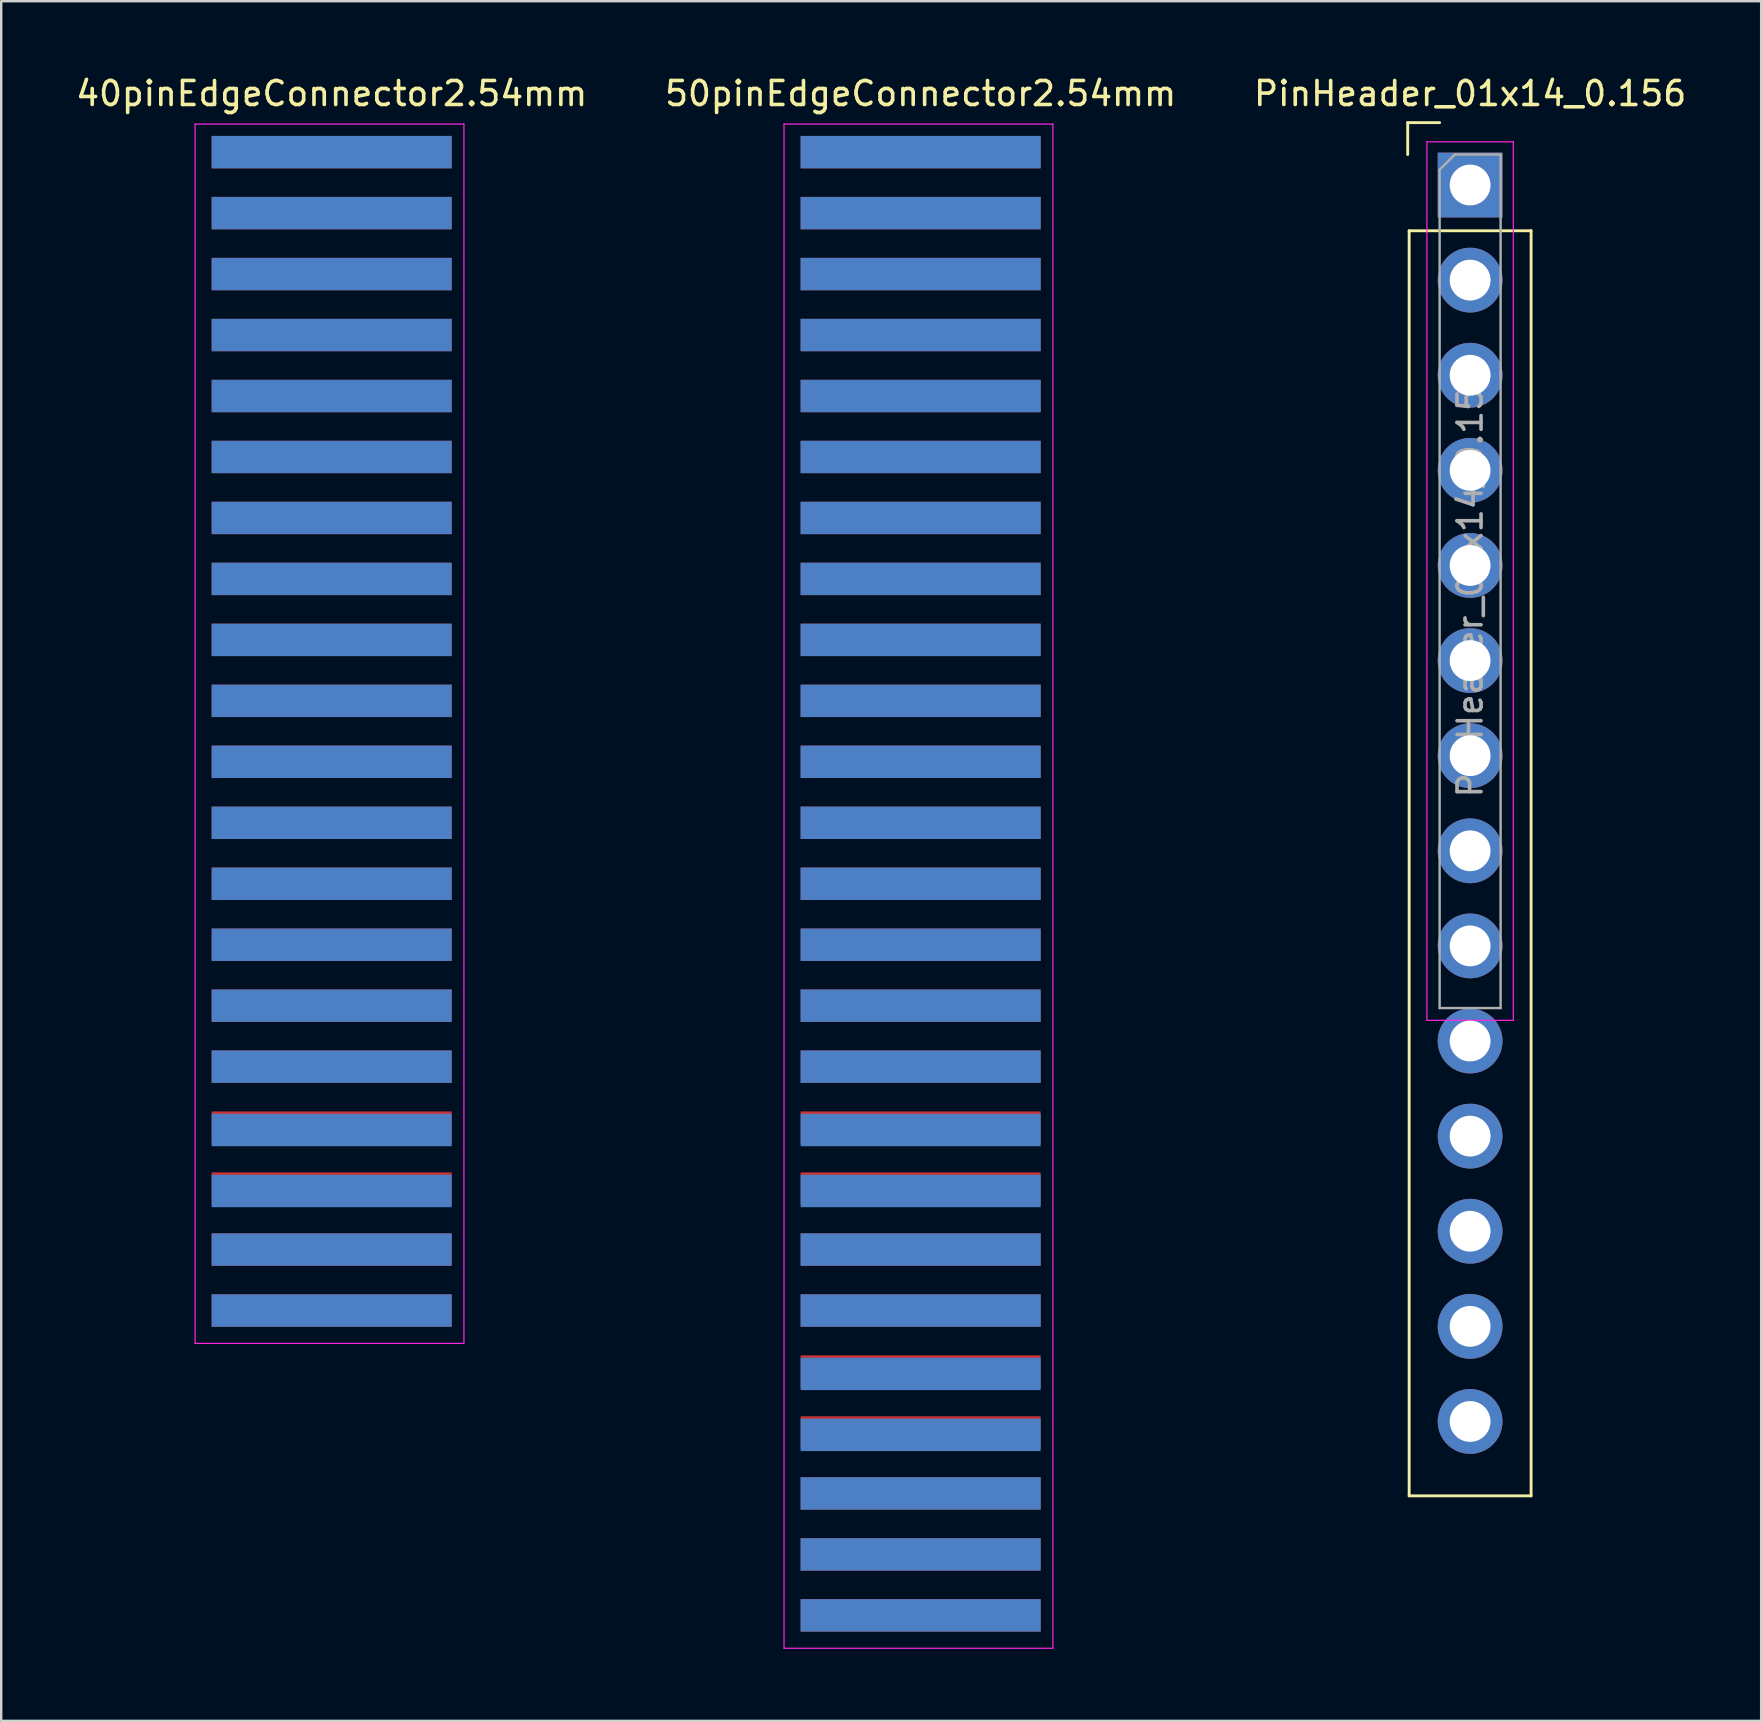
<source format=kicad_pcb>
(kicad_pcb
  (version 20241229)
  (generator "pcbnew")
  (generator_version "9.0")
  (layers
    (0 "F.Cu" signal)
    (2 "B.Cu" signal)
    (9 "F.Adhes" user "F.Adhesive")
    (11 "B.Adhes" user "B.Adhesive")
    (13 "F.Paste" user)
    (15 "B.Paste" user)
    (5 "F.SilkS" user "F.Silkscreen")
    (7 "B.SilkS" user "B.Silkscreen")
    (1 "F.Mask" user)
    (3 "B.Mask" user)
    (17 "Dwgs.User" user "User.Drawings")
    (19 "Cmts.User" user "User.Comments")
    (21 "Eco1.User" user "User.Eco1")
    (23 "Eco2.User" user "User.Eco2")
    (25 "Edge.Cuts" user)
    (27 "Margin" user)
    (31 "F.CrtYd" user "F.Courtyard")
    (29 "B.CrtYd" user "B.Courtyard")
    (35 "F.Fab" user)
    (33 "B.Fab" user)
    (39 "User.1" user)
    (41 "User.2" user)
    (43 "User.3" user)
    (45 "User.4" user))
  (footprint "50pinEdgeConnector2.54mm"
    (layer "F.Cu")
    (at 35.304 33.868)
    (property "Reference" "50pinEdgeConnector2.54mm" (at 0 -33.02 0) (layer "F.SilkS") (effects (font (size 1 1) (thickness 0.15))))
    (attr through_hole)
    (fp_line (start -5.691 -31.75) (end -5.691 31.75) (stroke (width 0.05) (type solid)) (layer "F.CrtYd"))
    (fp_line (start -5.691 31.75) (end 5.509 31.75) (stroke (width 0.05) (type solid)) (layer "F.CrtYd"))
    (fp_line (start 5.509 -31.75) (end -5.691 -31.75) (stroke (width 0.05) (type solid)) (layer "F.CrtYd"))
    (fp_line (start 5.509 31.75) (end 5.509 -31.75) (stroke (width 0.05) (type solid)) (layer "F.CrtYd"))
    (pad "1" connect rect (at 0 -30.58) (size 10 1.35) (layers "B.Cu" "B.Mask"))
    (pad "2" connect rect (at 0 -30.58) (size 10 1.35) (layers "F.Cu" "F.Mask"))
    (pad "3" connect rect (at 0 -28.04) (size 10 1.35) (layers "B.Cu" "B.Mask"))
    (pad "4" connect rect (at 0 -28.04) (size 10 1.35) (layers "F.Cu" "F.Mask"))
    (pad "5" connect rect (at 0 -25.5) (size 10 1.35) (layers "B.Cu" "B.Mask"))
    (pad "6" connect rect (at 0 -25.5) (size 10 1.35) (layers "F.Cu" "F.Mask"))
    (pad "7" connect rect (at 0 -22.96) (size 10 1.35) (layers "B.Cu" "B.Mask"))
    (pad "8" connect rect (at 0 -22.96) (size 10 1.35) (layers "F.Cu" "F.Mask"))
    (pad "9" connect rect (at 0 -20.42) (size 10 1.35) (layers "B.Cu" "B.Mask"))
    (pad "10" connect rect (at 0 -20.42) (size 10 1.35) (layers "F.Cu" "F.Mask"))
    (pad "11" connect rect (at 0 -17.88) (size 10 1.35) (layers "B.Cu" "B.Mask"))
    (pad "12" connect rect (at 0 -17.88) (size 10 1.35) (layers "F.Cu" "F.Mask"))
    (pad "13" connect rect (at 0 -15.34) (size 10 1.35) (layers "B.Cu" "B.Mask"))
    (pad "14" connect rect (at 0 -15.34) (size 10 1.35) (layers "F.Cu" "F.Mask"))
    (pad "15" connect rect (at 0 -12.8) (size 10 1.35) (layers "B.Cu" "B.Mask"))
    (pad "16" connect rect (at 0 -12.8) (size 10 1.35) (layers "F.Cu" "F.Mask"))
    (pad "17" connect rect (at 0 -10.26) (size 10 1.35) (layers "B.Cu" "B.Mask"))
    (pad "18" connect rect (at 0 -10.26 180) (size 10 1.35) (layers "F.Cu" "F.Mask"))
    (pad "19" connect rect (at 0 -7.72) (size 10 1.35) (layers "B.Cu" "B.Mask"))
    (pad "20" connect rect (at 0 -7.72) (size 10 1.35) (layers "F.Cu" "F.Mask"))
    (pad "21" connect rect (at 0 -5.18) (size 10 1.35) (layers "B.Cu" "B.Mask"))
    (pad "22" connect rect (at 0 -5.18) (size 10 1.35) (layers "F.Cu" "F.Mask"))
    (pad "23" connect rect (at 0 -2.64) (size 10 1.35) (layers "B.Cu" "B.Mask"))
    (pad "24" connect rect (at 0 -2.64) (size 10 1.35) (layers "F.Cu" "F.Mask"))
    (pad "25" connect rect (at 0 -0.1) (size 10 1.35) (layers "B.Cu" "B.Mask"))
    (pad "26" connect rect (at 0 -0.1) (size 10 1.35) (layers "F.Cu" "F.Mask"))
    (pad "27" connect rect (at 0 2.44) (size 10 1.35) (layers "B.Cu" "B.Mask"))
    (pad "28" connect rect (at 0 2.44) (size 10 1.35) (layers "F.Cu" "F.Mask"))
    (pad "29" connect rect (at 0 4.98) (size 10 1.35) (layers "B.Cu" "B.Mask"))
    (pad "30" connect rect (at 0 4.98) (size 10 1.35) (layers "F.Cu" "F.Mask"))
    (pad "31" connect rect (at 0 7.52) (size 10 1.35) (layers "B.Cu" "B.Mask"))
    (pad "32" connect rect (at 0 7.52) (size 10 1.35) (layers "F.Cu" "F.Mask"))
    (pad "33" connect rect (at 0 10.16) (size 10 1.35) (layers "B.Cu" "B.Mask"))
    (pad "34" connect rect (at 0 10.06) (size 10 1.35) (layers "F.Cu" "F.Mask"))
    (pad "35" connect rect (at 0 12.7) (size 10 1.35) (layers "B.Cu" "B.Mask"))
    (pad "36" connect rect (at 0 12.6) (size 10 1.35) (layers "F.Cu" "F.Mask"))
    (pad "37" connect rect (at 0 15.14) (size 10 1.35) (layers "B.Cu" "B.Mask"))
    (pad "38" connect rect (at 0 15.14) (size 10 1.35) (layers "F.Cu" "F.Mask"))
    (pad "39" connect rect (at 0 17.68) (size 10 1.35) (layers "B.Cu" "B.Mask"))
    (pad "40" connect rect (at 0 17.68) (size 10 1.35) (layers "F.Cu" "F.Mask"))
    (pad "41" connect rect (at 0 20.32) (size 10 1.35) (layers "B.Cu" "B.Mask"))
    (pad "42" connect rect (at 0 20.22) (size 10 1.35) (layers "F.Cu" "F.Mask"))
    (pad "43" connect rect (at 0 22.86) (size 10 1.35) (layers "B.Cu" "B.Mask"))
    (pad "44" connect rect (at 0 22.76) (size 10 1.35) (layers "F.Cu" "F.Mask"))
    (pad "45" connect rect (at 0 25.3) (size 10 1.35) (layers "B.Cu" "B.Mask"))
    (pad "46" connect rect (at 0 25.3) (size 10 1.35) (layers "F.Cu" "F.Mask"))
    (pad "47" connect rect (at 0 27.84) (size 10 1.35) (layers "B.Cu" "B.Mask"))
    (pad "48" connect rect (at 0 27.84) (size 10 1.35) (layers "F.Cu" "F.Mask"))
    (pad "49" connect rect (at 0 30.38) (size 10 1.35) (layers "B.Cu" "B.Mask"))
    (pad "50" connect rect (at 0 30.38) (size 10 1.35) (layers "F.Cu" "F.Mask")))
  (footprint "PinHeader_01x14_0.156"
    (layer "F.Cu")
    (at 58.196 4.658)
    (property "Reference" "PinHeader_01x14_0.156" (at 0 -3.81 0) (layer "F.SilkS") (effects (font (size 1 1) (thickness 0.15))))
    (attr through_hole)
    (fp_line (start -2.6 -2.6) (end -1.27 -2.6) (stroke (width 0.12) (type solid)) (layer "F.SilkS"))
    (fp_line (start -2.6 -1.27) (end -2.6 -2.6) (stroke (width 0.12) (type solid)) (layer "F.SilkS"))
    (fp_line (start -2.54 1.905) (end -2.54 54.61) (stroke (width 0.12) (type solid)) (layer "F.SilkS"))
    (fp_line (start -2.54 1.905) (end 2.54 1.905) (stroke (width 0.12) (type solid)) (layer "F.SilkS"))
    (fp_line (start -2.54 54.61) (end 2.54 54.61) (stroke (width 0.12) (type solid)) (layer "F.SilkS"))
    (fp_line (start 2.54 1.905) (end 2.54 54.61) (stroke (width 0.12) (type solid)) (layer "F.SilkS"))
    (fp_line (start -1.8 -1.8) (end -1.8 34.8) (stroke (width 0.05) (type solid)) (layer "F.CrtYd"))
    (fp_line (start -1.8 34.8) (end 1.8 34.8) (stroke (width 0.05) (type solid)) (layer "F.CrtYd"))
    (fp_line (start 1.8 -1.8) (end -1.8 -1.8) (stroke (width 0.05) (type solid)) (layer "F.CrtYd"))
    (fp_line (start 1.8 34.8) (end 1.8 -1.8) (stroke (width 0.05) (type solid)) (layer "F.CrtYd"))
    (fp_line (start -1.27 -0.635) (end -0.635 -1.27) (stroke (width 0.1) (type solid)) (layer "F.Fab"))
    (fp_line (start -1.27 34.29) (end -1.27 -0.635) (stroke (width 0.1) (type solid)) (layer "F.Fab"))
    (fp_line (start -0.635 -1.27) (end 1.27 -1.27) (stroke (width 0.1) (type solid)) (layer "F.Fab"))
    (fp_line (start 1.27 -1.27) (end 1.27 34.29) (stroke (width 0.1) (type solid)) (layer "F.Fab"))
    (fp_line (start 1.27 34.29) (end -1.27 34.29) (stroke (width 0.1) (type solid)) (layer "F.Fab"))
    (fp_text user "${REFERENCE}" (at 0 16.51 90) (layer "F.Fab") (effects (font (size 1 1) (thickness 0.15))))
    (pad "1" thru_hole rect (at 0 0) (size 2.7 2.7) (drill 1.7) (layers "*.Cu" "*.Mask"))
    (pad "2" thru_hole oval (at 0 3.962) (size 2.7 2.7) (drill 1.7) (layers "*.Cu" "*.Mask"))
    (pad "3" thru_hole oval (at 0 7.925) (size 2.7 2.7) (drill 1.7) (layers "*.Cu" "*.Mask"))
    (pad "4" thru_hole oval (at 0 11.887) (size 2.7 2.7) (drill 1.7) (layers "*.Cu" "*.Mask"))
    (pad "5" thru_hole oval (at 0 15.85) (size 2.7 2.7) (drill 1.7) (layers "*.Cu" "*.Mask"))
    (pad "6" thru_hole oval (at 0 19.812) (size 2.7 2.7) (drill 1.7) (layers "*.Cu" "*.Mask"))
    (pad "7" thru_hole oval (at 0 23.774) (size 2.7 2.7) (drill 1.7) (layers "*.Cu" "*.Mask"))
    (pad "8" thru_hole oval (at 0 27.737) (size 2.7 2.7) (drill 1.7) (layers "*.Cu" "*.Mask"))
    (pad "9" thru_hole oval (at 0 31.699) (size 2.7 2.7) (drill 1.7) (layers "*.Cu" "*.Mask"))
    (pad "10" thru_hole oval (at 0 35.662) (size 2.7 2.7) (drill 1.7) (layers "*.Cu" "*.Mask"))
    (pad "11" thru_hole oval (at 0 39.624) (size 2.7 2.7) (drill 1.7) (layers "*.Cu" "*.Mask"))
    (pad "12" thru_hole oval (at 0 43.586) (size 2.7 2.7) (drill 1.7) (layers "*.Cu" "*.Mask"))
    (pad "13" thru_hole oval (at 0 47.549) (size 2.7 2.7) (drill 1.7) (layers "*.Cu" "*.Mask"))
    (pad "14" thru_hole oval (at 0 51.511) (size 2.7 2.7) (drill 1.7) (layers "*.Cu" "*.Mask")))
  (footprint "40pinEdgeConnector2.54mm"
    (layer "F.Cu")
    (at 10.768 27.518)
    (property "Reference" "40pinEdgeConnector2.54mm" (at 0 -26.67 0) (layer "F.SilkS") (effects (font (size 1 1) (thickness 0.15))))
    (attr through_hole)
    (fp_line (start -5.691 -25.4) (end -5.691 25.4) (stroke (width 0.05) (type solid)) (layer "F.CrtYd"))
    (fp_line (start -5.691 25.4) (end 5.509 25.4) (stroke (width 0.05) (type solid)) (layer "F.CrtYd"))
    (fp_line (start 5.509 -25.4) (end -5.691 -25.4) (stroke (width 0.05) (type solid)) (layer "F.CrtYd"))
    (fp_line (start 5.509 25.4) (end 5.509 -25.4) (stroke (width 0.05) (type solid)) (layer "F.CrtYd"))
    (pad "1" connect rect (at 0 -24.23) (size 10 1.35) (layers "B.Cu" "B.Mask"))
    (pad "2" connect rect (at 0 -24.23) (size 10 1.35) (layers "F.Cu" "F.Mask"))
    (pad "3" connect rect (at 0 -21.69) (size 10 1.35) (layers "B.Cu" "B.Mask"))
    (pad "4" connect rect (at 0 -21.69) (size 10 1.35) (layers "F.Cu" "F.Mask"))
    (pad "5" connect rect (at 0 -19.15) (size 10 1.35) (layers "B.Cu" "B.Mask"))
    (pad "6" connect rect (at 0 -19.15) (size 10 1.35) (layers "F.Cu" "F.Mask"))
    (pad "7" connect rect (at 0 -16.61) (size 10 1.35) (layers "B.Cu" "B.Mask"))
    (pad "8" connect rect (at 0 -16.61) (size 10 1.35) (layers "F.Cu" "F.Mask"))
    (pad "9" connect rect (at 0 -14.07) (size 10 1.35) (layers "B.Cu" "B.Mask"))
    (pad "10" connect rect (at 0 -14.07) (size 10 1.35) (layers "F.Cu" "F.Mask"))
    (pad "11" connect rect (at 0 -11.53) (size 10 1.35) (layers "B.Cu" "B.Mask"))
    (pad "12" connect rect (at 0 -11.53) (size 10 1.35) (layers "F.Cu" "F.Mask"))
    (pad "13" connect rect (at 0 -8.99) (size 10 1.35) (layers "B.Cu" "B.Mask"))
    (pad "14" connect rect (at 0 -8.99) (size 10 1.35) (layers "F.Cu" "F.Mask"))
    (pad "15" connect rect (at 0 -6.45) (size 10 1.35) (layers "B.Cu" "B.Mask"))
    (pad "16" connect rect (at 0 -6.45) (size 10 1.35) (layers "F.Cu" "F.Mask"))
    (pad "17" connect rect (at 0 -3.91) (size 10 1.35) (layers "B.Cu" "B.Mask"))
    (pad "18" connect rect (at 0 -3.91 180) (size 10 1.35) (layers "F.Cu" "F.Mask"))
    (pad "19" connect rect (at 0 -1.37) (size 10 1.35) (layers "B.Cu" "B.Mask"))
    (pad "20" connect rect (at 0 -1.37) (size 10 1.35) (layers "F.Cu" "F.Mask"))
    (pad "21" connect rect (at 0 1.17) (size 10 1.35) (layers "B.Cu" "B.Mask"))
    (pad "22" connect rect (at 0 1.17) (size 10 1.35) (layers "F.Cu" "F.Mask"))
    (pad "23" connect rect (at 0 3.71) (size 10 1.35) (layers "B.Cu" "B.Mask"))
    (pad "24" connect rect (at 0 3.71) (size 10 1.35) (layers "F.Cu" "F.Mask"))
    (pad "25" connect rect (at 0 6.25) (size 10 1.35) (layers "B.Cu" "B.Mask"))
    (pad "26" connect rect (at 0 6.25) (size 10 1.35) (layers "F.Cu" "F.Mask"))
    (pad "27" connect rect (at 0 8.79) (size 10 1.35) (layers "B.Cu" "B.Mask"))
    (pad "28" connect rect (at 0 8.79) (size 10 1.35) (layers "F.Cu" "F.Mask"))
    (pad "29" connect rect (at 0 11.33) (size 10 1.35) (layers "B.Cu" "B.Mask"))
    (pad "30" connect rect (at 0 11.33) (size 10 1.35) (layers "F.Cu" "F.Mask"))
    (pad "31" connect rect (at 0 13.87) (size 10 1.35) (layers "B.Cu" "B.Mask"))
    (pad "32" connect rect (at 0 13.87) (size 10 1.35) (layers "F.Cu" "F.Mask"))
    (pad "33" connect rect (at 0 16.51) (size 10 1.35) (layers "B.Cu" "B.Mask"))
    (pad "34" connect rect (at 0 16.41) (size 10 1.35) (layers "F.Cu" "F.Mask"))
    (pad "35" connect rect (at 0 19.05) (size 10 1.35) (layers "B.Cu" "B.Mask"))
    (pad "36" connect rect (at 0 18.95) (size 10 1.35) (layers "F.Cu" "F.Mask"))
    (pad "37" connect rect (at 0 21.49) (size 10 1.35) (layers "B.Cu" "B.Mask"))
    (pad "38" connect rect (at 0 21.49) (size 10 1.35) (layers "F.Cu" "F.Mask"))
    (pad "39" connect rect (at 0 24.03) (size 10 1.35) (layers "B.Cu" "B.Mask"))
    (pad "40" connect rect (at 0 24.03) (size 10 1.35) (layers "F.Cu" "F.Mask")))
  (gr_rect
    (start -3 -3)
    (end 70.321 68.643)
    (stroke (width 0.1) (type default))
    (fill no)
    (layer "Edge.Cuts")))
</source>
